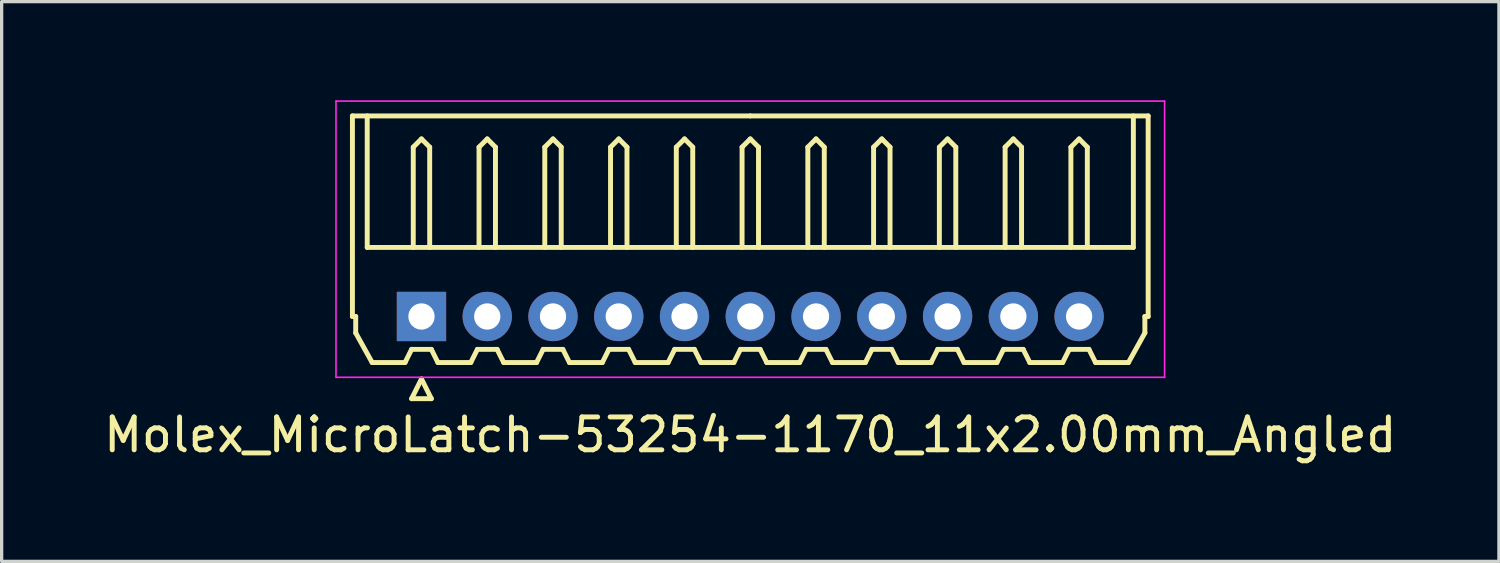
<source format=kicad_pcb>
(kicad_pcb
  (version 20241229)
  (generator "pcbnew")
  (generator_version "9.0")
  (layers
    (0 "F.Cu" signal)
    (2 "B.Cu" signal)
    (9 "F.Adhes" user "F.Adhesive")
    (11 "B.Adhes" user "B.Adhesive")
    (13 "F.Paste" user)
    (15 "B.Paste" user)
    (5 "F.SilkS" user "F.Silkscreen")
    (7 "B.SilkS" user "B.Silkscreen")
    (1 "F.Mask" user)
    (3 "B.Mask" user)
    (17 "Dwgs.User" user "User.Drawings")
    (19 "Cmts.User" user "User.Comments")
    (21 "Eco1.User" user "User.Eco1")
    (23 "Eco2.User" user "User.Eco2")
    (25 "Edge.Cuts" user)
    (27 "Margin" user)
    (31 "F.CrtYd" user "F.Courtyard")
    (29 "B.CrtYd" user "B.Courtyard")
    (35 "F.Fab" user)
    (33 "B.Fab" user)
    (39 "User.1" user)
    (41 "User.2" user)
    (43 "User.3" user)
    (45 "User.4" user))
  (footprint "Molex_MicroLatch-53254-1170_11x2.00mm_Angled"
    (layer "F.Cu")
    (at 9.768 6.575)
    (property "Reference" "Molex_MicroLatch-53254-1170_11x2.00mm_Angled" (at 10 3.6 0) (layer "F.SilkS") (effects (font (size 1 1) (thickness 0.15))))
    (attr through_hole)
    (fp_line (start -2.1 -6.1) (end 10 -6.1) (stroke (width 0.15) (type solid)) (layer "F.SilkS"))
    (fp_line (start -2.1 0) (end -2.1 -6.1) (stroke (width 0.15) (type solid)) (layer "F.SilkS"))
    (fp_line (start -2 0) (end -2.1 0) (stroke (width 0.15) (type solid)) (layer "F.SilkS"))
    (fp_line (start -2 0.5) (end -2 0) (stroke (width 0.15) (type solid)) (layer "F.SilkS"))
    (fp_line (start -1.65 -6.1) (end -1.65 -2.1) (stroke (width 0.15) (type solid)) (layer "F.SilkS"))
    (fp_line (start -1.65 -2.1) (end 21.65 -2.1) (stroke (width 0.15) (type solid)) (layer "F.SilkS"))
    (fp_line (start -1.5 1.4) (end -2 0.5) (stroke (width 0.15) (type solid)) (layer "F.SilkS"))
    (fp_line (start -0.5 1.4) (end -1.5 1.4) (stroke (width 0.15) (type solid)) (layer "F.SilkS"))
    (fp_line (start -0.3 1) (end -0.5 1.4) (stroke (width 0.15) (type solid)) (layer "F.SilkS"))
    (fp_line (start -0.3 1) (end 0.3 1) (stroke (width 0.15) (type solid)) (layer "F.SilkS"))
    (fp_line (start -0.3 2.5) (end 0.3 2.5) (stroke (width 0.15) (type solid)) (layer "F.SilkS"))
    (fp_line (start -0.25 -5.15) (end 0 -5.4) (stroke (width 0.15) (type solid)) (layer "F.SilkS"))
    (fp_line (start -0.25 -2.1) (end -0.25 -5.15) (stroke (width 0.15) (type solid)) (layer "F.SilkS"))
    (fp_line (start 0 -5.4) (end 0.25 -5.15) (stroke (width 0.15) (type solid)) (layer "F.SilkS"))
    (fp_line (start 0 1.9) (end -0.3 2.5) (stroke (width 0.15) (type solid)) (layer "F.SilkS"))
    (fp_line (start 0.25 -5.15) (end 0.25 -2.1) (stroke (width 0.15) (type solid)) (layer "F.SilkS"))
    (fp_line (start 0.3 1) (end 0.5 1.4) (stroke (width 0.15) (type solid)) (layer "F.SilkS"))
    (fp_line (start 0.3 2.5) (end 0 1.9) (stroke (width 0.15) (type solid)) (layer "F.SilkS"))
    (fp_line (start 0.5 1.4) (end 1.5 1.4) (stroke (width 0.15) (type solid)) (layer "F.SilkS"))
    (fp_line (start 1.5 1.4) (end 1.7 1) (stroke (width 0.15) (type solid)) (layer "F.SilkS"))
    (fp_line (start 1.7 1) (end 2.3 1) (stroke (width 0.15) (type solid)) (layer "F.SilkS"))
    (fp_line (start 1.75 -5.15) (end 2 -5.4) (stroke (width 0.15) (type solid)) (layer "F.SilkS"))
    (fp_line (start 1.75 -2.1) (end 1.75 -5.15) (stroke (width 0.15) (type solid)) (layer "F.SilkS"))
    (fp_line (start 2 -5.4) (end 2.25 -5.15) (stroke (width 0.15) (type solid)) (layer "F.SilkS"))
    (fp_line (start 2.25 -5.15) (end 2.25 -2.1) (stroke (width 0.15) (type solid)) (layer "F.SilkS"))
    (fp_line (start 2.3 1) (end 2.5 1.4) (stroke (width 0.15) (type solid)) (layer "F.SilkS"))
    (fp_line (start 2.5 1.4) (end 3.5 1.4) (stroke (width 0.15) (type solid)) (layer "F.SilkS"))
    (fp_line (start 3.5 1.4) (end 3.7 1) (stroke (width 0.15) (type solid)) (layer "F.SilkS"))
    (fp_line (start 3.7 1) (end 4.3 1) (stroke (width 0.15) (type solid)) (layer "F.SilkS"))
    (fp_line (start 3.75 -5.15) (end 4 -5.4) (stroke (width 0.15) (type solid)) (layer "F.SilkS"))
    (fp_line (start 3.75 -2.1) (end 3.75 -5.15) (stroke (width 0.15) (type solid)) (layer "F.SilkS"))
    (fp_line (start 4 -5.4) (end 4.25 -5.15) (stroke (width 0.15) (type solid)) (layer "F.SilkS"))
    (fp_line (start 4.25 -5.15) (end 4.25 -2.1) (stroke (width 0.15) (type solid)) (layer "F.SilkS"))
    (fp_line (start 4.3 1) (end 4.5 1.4) (stroke (width 0.15) (type solid)) (layer "F.SilkS"))
    (fp_line (start 4.5 1.4) (end 5.5 1.4) (stroke (width 0.15) (type solid)) (layer "F.SilkS"))
    (fp_line (start 5.5 1.4) (end 5.7 1) (stroke (width 0.15) (type solid)) (layer "F.SilkS"))
    (fp_line (start 5.7 1) (end 6.3 1) (stroke (width 0.15) (type solid)) (layer "F.SilkS"))
    (fp_line (start 5.75 -5.15) (end 6 -5.4) (stroke (width 0.15) (type solid)) (layer "F.SilkS"))
    (fp_line (start 5.75 -2.1) (end 5.75 -5.15) (stroke (width 0.15) (type solid)) (layer "F.SilkS"))
    (fp_line (start 6 -5.4) (end 6.25 -5.15) (stroke (width 0.15) (type solid)) (layer "F.SilkS"))
    (fp_line (start 6.25 -5.15) (end 6.25 -2.1) (stroke (width 0.15) (type solid)) (layer "F.SilkS"))
    (fp_line (start 6.3 1) (end 6.5 1.4) (stroke (width 0.15) (type solid)) (layer "F.SilkS"))
    (fp_line (start 6.5 1.4) (end 7.5 1.4) (stroke (width 0.15) (type solid)) (layer "F.SilkS"))
    (fp_line (start 7.5 1.4) (end 7.7 1) (stroke (width 0.15) (type solid)) (layer "F.SilkS"))
    (fp_line (start 7.7 1) (end 8.3 1) (stroke (width 0.15) (type solid)) (layer "F.SilkS"))
    (fp_line (start 7.75 -5.15) (end 8 -5.4) (stroke (width 0.15) (type solid)) (layer "F.SilkS"))
    (fp_line (start 7.75 -2.1) (end 7.75 -5.15) (stroke (width 0.15) (type solid)) (layer "F.SilkS"))
    (fp_line (start 8 -5.4) (end 8.25 -5.15) (stroke (width 0.15) (type solid)) (layer "F.SilkS"))
    (fp_line (start 8.25 -5.15) (end 8.25 -2.1) (stroke (width 0.15) (type solid)) (layer "F.SilkS"))
    (fp_line (start 8.3 1) (end 8.5 1.4) (stroke (width 0.15) (type solid)) (layer "F.SilkS"))
    (fp_line (start 8.5 1.4) (end 9.5 1.4) (stroke (width 0.15) (type solid)) (layer "F.SilkS"))
    (fp_line (start 9.5 1.4) (end 9.7 1) (stroke (width 0.15) (type solid)) (layer "F.SilkS"))
    (fp_line (start 9.7 1) (end 10.3 1) (stroke (width 0.15) (type solid)) (layer "F.SilkS"))
    (fp_line (start 9.75 -5.15) (end 10 -5.4) (stroke (width 0.15) (type solid)) (layer "F.SilkS"))
    (fp_line (start 9.75 -2.1) (end 9.75 -5.15) (stroke (width 0.15) (type solid)) (layer "F.SilkS"))
    (fp_line (start 10 -5.4) (end 10.25 -5.15) (stroke (width 0.15) (type solid)) (layer "F.SilkS"))
    (fp_line (start 10.25 -5.15) (end 10.25 -2.1) (stroke (width 0.15) (type solid)) (layer "F.SilkS"))
    (fp_line (start 10.3 1) (end 10.5 1.4) (stroke (width 0.15) (type solid)) (layer "F.SilkS"))
    (fp_line (start 10.5 1.4) (end 11.5 1.4) (stroke (width 0.15) (type solid)) (layer "F.SilkS"))
    (fp_line (start 11.5 1.4) (end 11.7 1) (stroke (width 0.15) (type solid)) (layer "F.SilkS"))
    (fp_line (start 11.7 1) (end 12.3 1) (stroke (width 0.15) (type solid)) (layer "F.SilkS"))
    (fp_line (start 11.75 -5.15) (end 12 -5.4) (stroke (width 0.15) (type solid)) (layer "F.SilkS"))
    (fp_line (start 11.75 -2.1) (end 11.75 -5.15) (stroke (width 0.15) (type solid)) (layer "F.SilkS"))
    (fp_line (start 12 -5.4) (end 12.25 -5.15) (stroke (width 0.15) (type solid)) (layer "F.SilkS"))
    (fp_line (start 12.25 -5.15) (end 12.25 -2.1) (stroke (width 0.15) (type solid)) (layer "F.SilkS"))
    (fp_line (start 12.3 1) (end 12.5 1.4) (stroke (width 0.15) (type solid)) (layer "F.SilkS"))
    (fp_line (start 12.5 1.4) (end 13.5 1.4) (stroke (width 0.15) (type solid)) (layer "F.SilkS"))
    (fp_line (start 13.5 1.4) (end 13.7 1) (stroke (width 0.15) (type solid)) (layer "F.SilkS"))
    (fp_line (start 13.7 1) (end 14.3 1) (stroke (width 0.15) (type solid)) (layer "F.SilkS"))
    (fp_line (start 13.75 -5.15) (end 14 -5.4) (stroke (width 0.15) (type solid)) (layer "F.SilkS"))
    (fp_line (start 13.75 -2.1) (end 13.75 -5.15) (stroke (width 0.15) (type solid)) (layer "F.SilkS"))
    (fp_line (start 14 -5.4) (end 14.25 -5.15) (stroke (width 0.15) (type solid)) (layer "F.SilkS"))
    (fp_line (start 14.25 -5.15) (end 14.25 -2.1) (stroke (width 0.15) (type solid)) (layer "F.SilkS"))
    (fp_line (start 14.3 1) (end 14.5 1.4) (stroke (width 0.15) (type solid)) (layer "F.SilkS"))
    (fp_line (start 14.5 1.4) (end 15.5 1.4) (stroke (width 0.15) (type solid)) (layer "F.SilkS"))
    (fp_line (start 15.5 1.4) (end 15.7 1) (stroke (width 0.15) (type solid)) (layer "F.SilkS"))
    (fp_line (start 15.7 1) (end 16.3 1) (stroke (width 0.15) (type solid)) (layer "F.SilkS"))
    (fp_line (start 15.75 -5.15) (end 16 -5.4) (stroke (width 0.15) (type solid)) (layer "F.SilkS"))
    (fp_line (start 15.75 -2.1) (end 15.75 -5.15) (stroke (width 0.15) (type solid)) (layer "F.SilkS"))
    (fp_line (start 16 -5.4) (end 16.25 -5.15) (stroke (width 0.15) (type solid)) (layer "F.SilkS"))
    (fp_line (start 16.25 -5.15) (end 16.25 -2.1) (stroke (width 0.15) (type solid)) (layer "F.SilkS"))
    (fp_line (start 16.3 1) (end 16.5 1.4) (stroke (width 0.15) (type solid)) (layer "F.SilkS"))
    (fp_line (start 16.5 1.4) (end 17.5 1.4) (stroke (width 0.15) (type solid)) (layer "F.SilkS"))
    (fp_line (start 17.5 1.4) (end 17.7 1) (stroke (width 0.15) (type solid)) (layer "F.SilkS"))
    (fp_line (start 17.7 1) (end 18.3 1) (stroke (width 0.15) (type solid)) (layer "F.SilkS"))
    (fp_line (start 17.75 -5.15) (end 18 -5.4) (stroke (width 0.15) (type solid)) (layer "F.SilkS"))
    (fp_line (start 17.75 -2.1) (end 17.75 -5.15) (stroke (width 0.15) (type solid)) (layer "F.SilkS"))
    (fp_line (start 18 -5.4) (end 18.25 -5.15) (stroke (width 0.15) (type solid)) (layer "F.SilkS"))
    (fp_line (start 18.25 -5.15) (end 18.25 -2.1) (stroke (width 0.15) (type solid)) (layer "F.SilkS"))
    (fp_line (start 18.3 1) (end 18.5 1.4) (stroke (width 0.15) (type solid)) (layer "F.SilkS"))
    (fp_line (start 18.5 1.4) (end 19.5 1.4) (stroke (width 0.15) (type solid)) (layer "F.SilkS"))
    (fp_line (start 19.5 1.4) (end 19.7 1) (stroke (width 0.15) (type solid)) (layer "F.SilkS"))
    (fp_line (start 19.7 1) (end 20.3 1) (stroke (width 0.15) (type solid)) (layer "F.SilkS"))
    (fp_line (start 19.75 -5.15) (end 20 -5.4) (stroke (width 0.15) (type solid)) (layer "F.SilkS"))
    (fp_line (start 19.75 -2.1) (end 19.75 -5.15) (stroke (width 0.15) (type solid)) (layer "F.SilkS"))
    (fp_line (start 20 -5.4) (end 20.25 -5.15) (stroke (width 0.15) (type solid)) (layer "F.SilkS"))
    (fp_line (start 20.25 -5.15) (end 20.25 -2.1) (stroke (width 0.15) (type solid)) (layer "F.SilkS"))
    (fp_line (start 20.3 1) (end 20.5 1.4) (stroke (width 0.15) (type solid)) (layer "F.SilkS"))
    (fp_line (start 20.5 1.4) (end 21.5 1.4) (stroke (width 0.15) (type solid)) (layer "F.SilkS"))
    (fp_line (start 21.5 1.4) (end 22 0.5) (stroke (width 0.15) (type solid)) (layer "F.SilkS"))
    (fp_line (start 21.65 -2.1) (end 21.65 -6.1) (stroke (width 0.15) (type solid)) (layer "F.SilkS"))
    (fp_line (start 22 0) (end 22.1 0) (stroke (width 0.15) (type solid)) (layer "F.SilkS"))
    (fp_line (start 22 0.5) (end 22 0) (stroke (width 0.15) (type solid)) (layer "F.SilkS"))
    (fp_line (start 22.1 -6.1) (end 10 -6.1) (stroke (width 0.15) (type solid)) (layer "F.SilkS"))
    (fp_line (start 22.1 0) (end 22.1 -6.1) (stroke (width 0.15) (type solid)) (layer "F.SilkS"))
    (fp_line (start -2.6 -6.55) (end -2.6 1.85) (stroke (width 0.05) (type solid)) (layer "F.CrtYd"))
    (fp_line (start -2.6 1.85) (end 22.6 1.85) (stroke (width 0.05) (type solid)) (layer "F.CrtYd"))
    (fp_line (start 22.6 -6.55) (end -2.6 -6.55) (stroke (width 0.05) (type solid)) (layer "F.CrtYd"))
    (fp_line (start 22.6 1.85) (end 22.6 -6.55) (stroke (width 0.05) (type solid)) (layer "F.CrtYd"))
    (pad "1" thru_hole rect (at 0 0) (size 1.5 1.5) (drill 0.8) (layers "*.Cu" "*.Mask"))
    (pad "2" thru_hole circle (at 2 0) (size 1.5 1.5) (drill 0.8) (layers "*.Cu" "*.Mask"))
    (pad "3" thru_hole circle (at 4 0) (size 1.5 1.5) (drill 0.8) (layers "*.Cu" "*.Mask"))
    (pad "4" thru_hole circle (at 6 0) (size 1.5 1.5) (drill 0.8) (layers "*.Cu" "*.Mask"))
    (pad "5" thru_hole circle (at 8 0) (size 1.5 1.5) (drill 0.8) (layers "*.Cu" "*.Mask"))
    (pad "6" thru_hole circle (at 10 0) (size 1.5 1.5) (drill 0.8) (layers "*.Cu" "*.Mask"))
    (pad "7" thru_hole circle (at 12 0) (size 1.5 1.5) (drill 0.8) (layers "*.Cu" "*.Mask"))
    (pad "8" thru_hole circle (at 14 0) (size 1.5 1.5) (drill 0.8) (layers "*.Cu" "*.Mask"))
    (pad "9" thru_hole circle (at 16 0) (size 1.5 1.5) (drill 0.8) (layers "*.Cu" "*.Mask"))
    (pad "10" thru_hole circle (at 18 0) (size 1.5 1.5) (drill 0.8) (layers "*.Cu" "*.Mask"))
    (pad "11" thru_hole circle (at 20 0) (size 1.5 1.5) (drill 0.8) (layers "*.Cu" "*.Mask")))
  (gr_rect
    (start -3 -3)
    (end 42.536 14.023)
    (stroke (width 0.1) (type default))
    (fill no)
    (layer "Edge.Cuts")))
</source>
